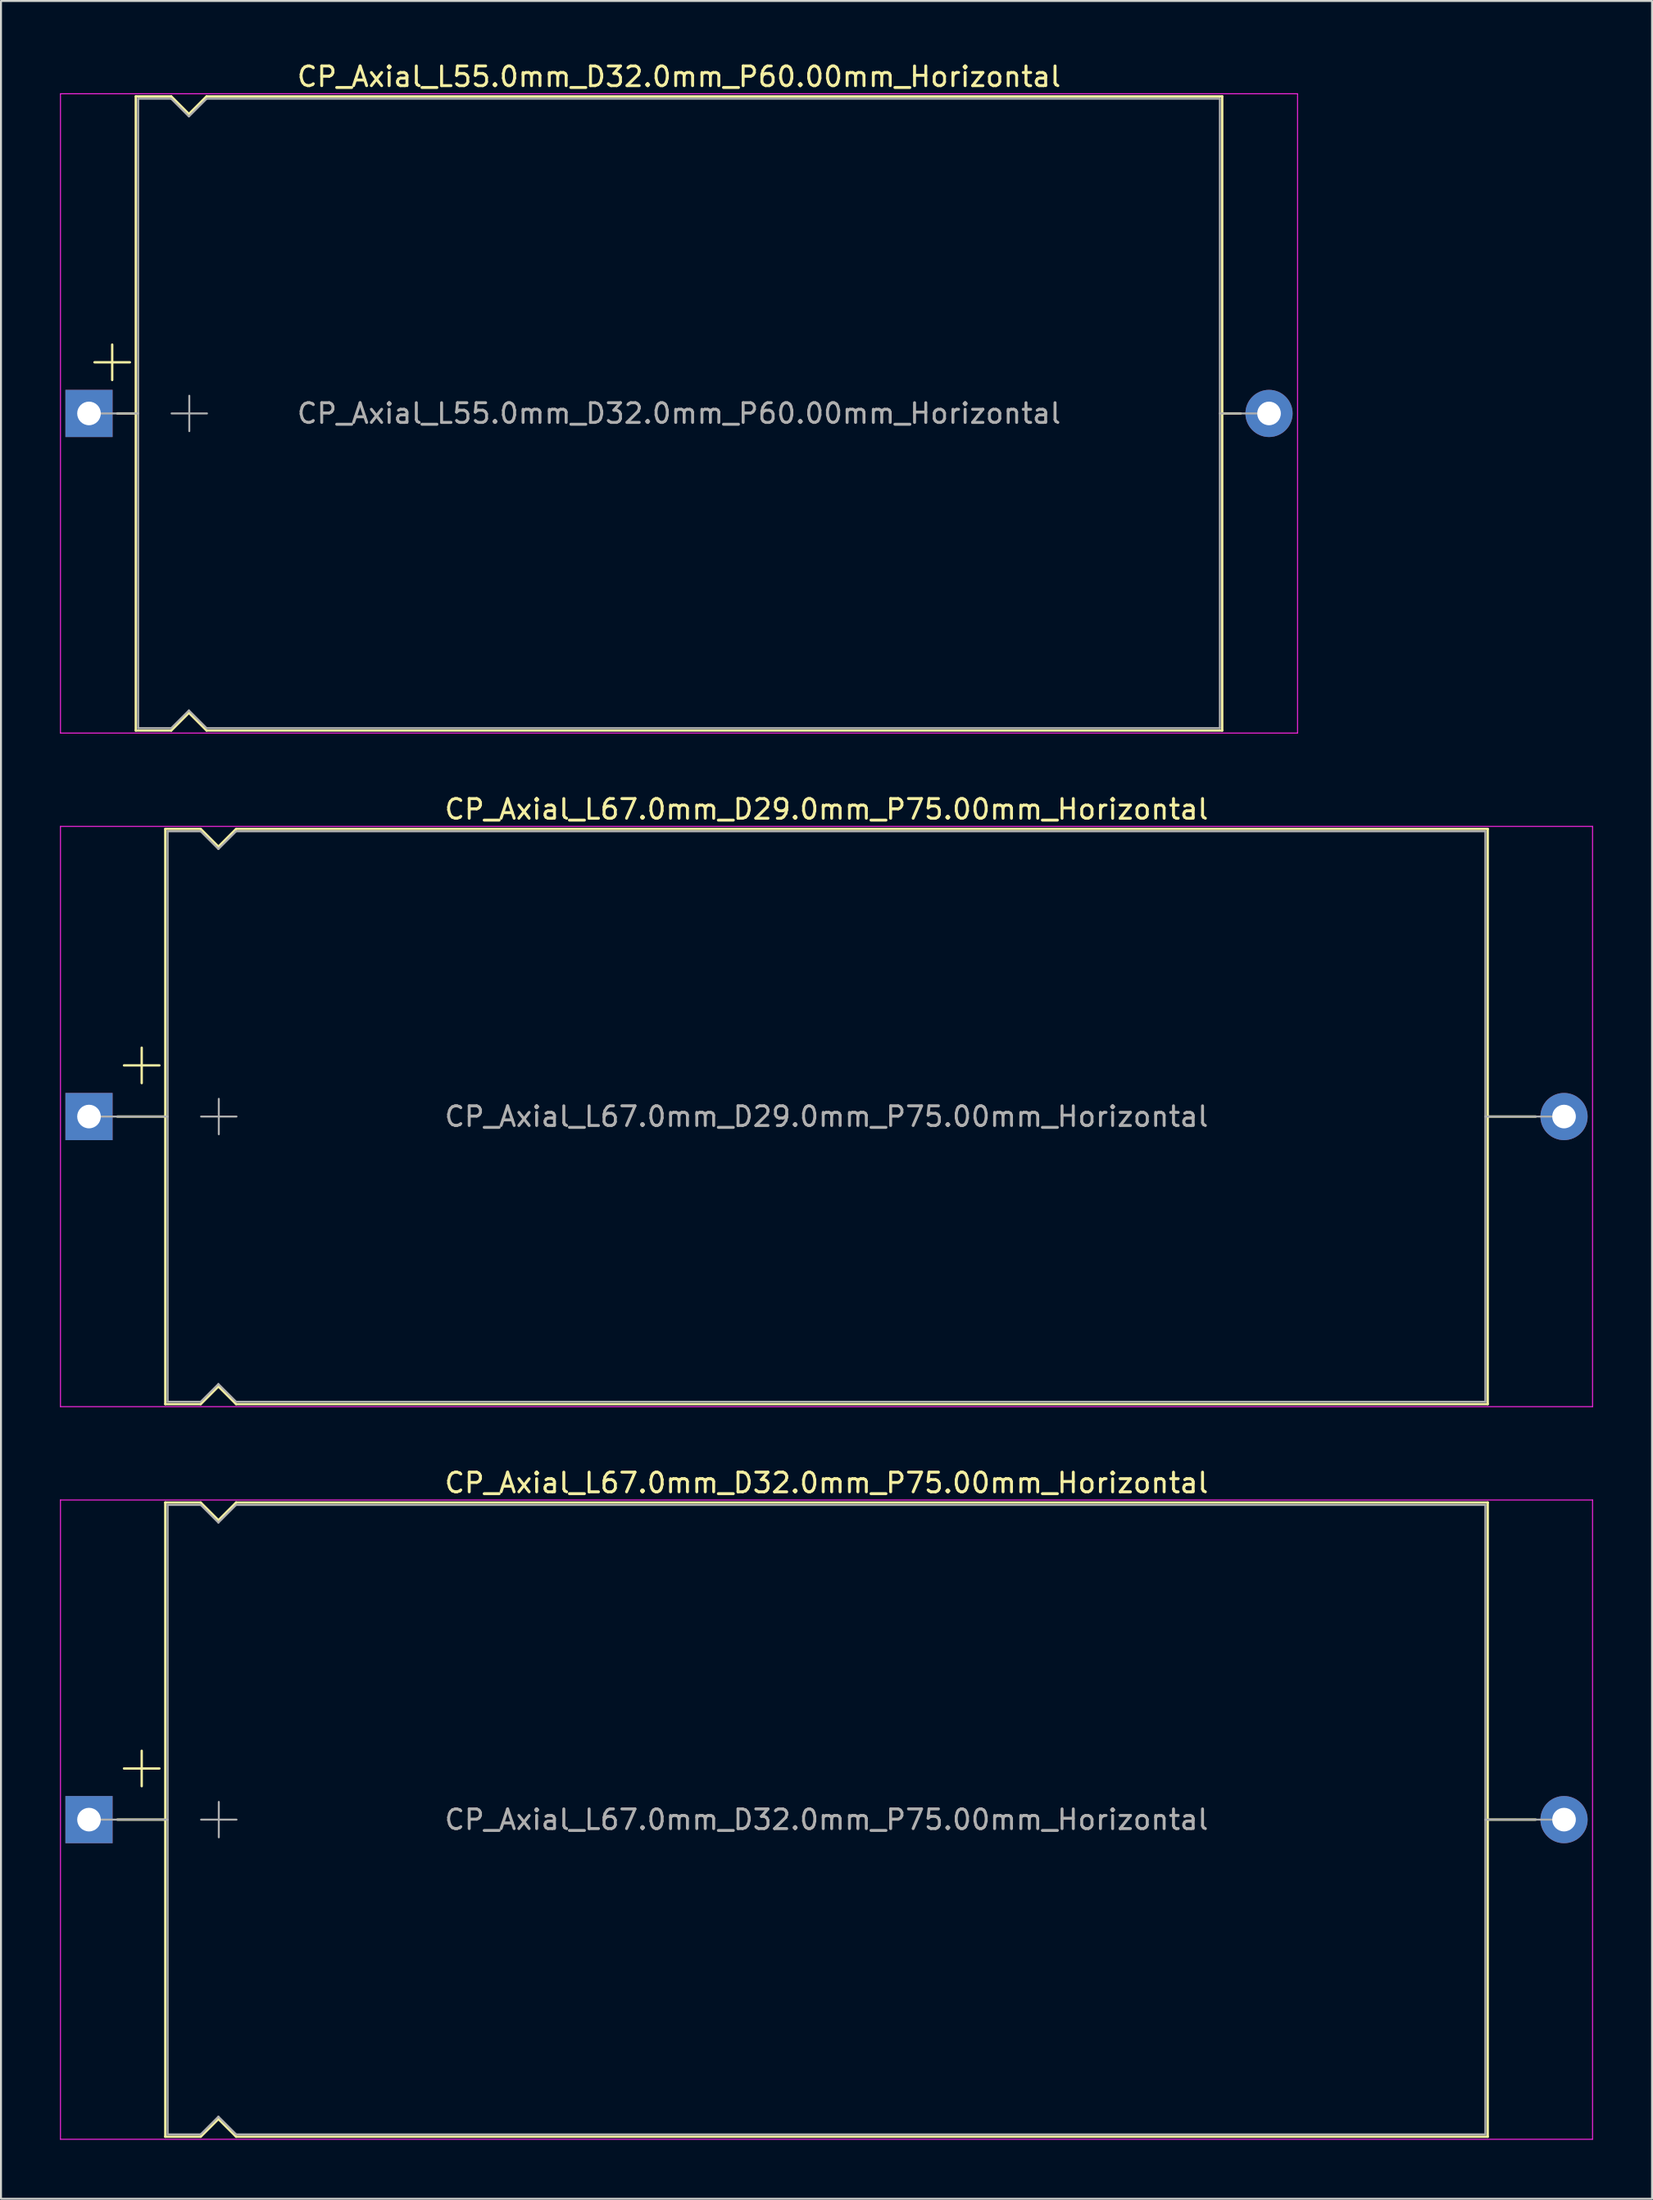
<source format=kicad_pcb>
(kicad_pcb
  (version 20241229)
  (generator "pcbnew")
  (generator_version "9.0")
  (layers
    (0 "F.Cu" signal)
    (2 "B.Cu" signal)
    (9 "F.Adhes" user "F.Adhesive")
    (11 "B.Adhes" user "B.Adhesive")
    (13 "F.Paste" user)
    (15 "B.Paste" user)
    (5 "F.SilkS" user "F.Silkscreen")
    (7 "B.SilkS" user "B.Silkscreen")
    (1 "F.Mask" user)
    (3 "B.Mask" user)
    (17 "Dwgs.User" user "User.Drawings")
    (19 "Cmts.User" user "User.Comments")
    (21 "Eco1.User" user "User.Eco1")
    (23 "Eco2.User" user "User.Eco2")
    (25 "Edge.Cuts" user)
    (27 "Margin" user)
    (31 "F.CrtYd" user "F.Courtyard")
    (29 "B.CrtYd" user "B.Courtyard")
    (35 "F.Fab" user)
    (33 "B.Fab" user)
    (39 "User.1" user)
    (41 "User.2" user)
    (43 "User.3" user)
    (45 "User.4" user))
  (footprint "CP_Axial_L55.0mm_D32.0mm_P60.00mm_Horizontal"
    (layer "F.Cu")
    (at 1.475 17.968)
    (property "Reference" "CP_Axial_L55.0mm_D32.0mm_P60.00mm_Horizontal" (at 30 -17.12 0) (layer "F.SilkS") (effects (font (size 1 1) (thickness 0.15))))
    (attr through_hole)
    (fp_line (start 0.28 -2.6) (end 2.08 -2.6) (stroke (width 0.12) (type solid)) (layer "F.SilkS"))
    (fp_line (start 1.18 -3.5) (end 1.18 -1.7) (stroke (width 0.12) (type solid)) (layer "F.SilkS"))
    (fp_line (start 1.44 0) (end 2.38 0) (stroke (width 0.12) (type solid)) (layer "F.SilkS"))
    (fp_line (start 2.38 -16.12) (end 2.38 16.12) (stroke (width 0.12) (type solid)) (layer "F.SilkS"))
    (fp_line (start 2.38 -16.12) (end 4.18 -16.12) (stroke (width 0.12) (type solid)) (layer "F.SilkS"))
    (fp_line (start 2.38 16.12) (end 4.18 16.12) (stroke (width 0.12) (type solid)) (layer "F.SilkS"))
    (fp_line (start 4.18 -16.12) (end 5.08 -15.22) (stroke (width 0.12) (type solid)) (layer "F.SilkS"))
    (fp_line (start 4.18 16.12) (end 5.08 15.22) (stroke (width 0.12) (type solid)) (layer "F.SilkS"))
    (fp_line (start 5.08 -15.22) (end 5.98 -16.12) (stroke (width 0.12) (type solid)) (layer "F.SilkS"))
    (fp_line (start 5.08 15.22) (end 5.98 16.12) (stroke (width 0.12) (type solid)) (layer "F.SilkS"))
    (fp_line (start 5.98 -16.12) (end 57.62 -16.12) (stroke (width 0.12) (type solid)) (layer "F.SilkS"))
    (fp_line (start 5.98 16.12) (end 57.62 16.12) (stroke (width 0.12) (type solid)) (layer "F.SilkS"))
    (fp_line (start 57.62 -16.12) (end 57.62 16.12) (stroke (width 0.12) (type solid)) (layer "F.SilkS"))
    (fp_line (start 58.56 0) (end 57.62 0) (stroke (width 0.12) (type solid)) (layer "F.SilkS"))
    (fp_line (start -1.45 -16.25) (end -1.45 16.25) (stroke (width 0.05) (type solid)) (layer "F.CrtYd"))
    (fp_line (start -1.45 16.25) (end 61.45 16.25) (stroke (width 0.05) (type solid)) (layer "F.CrtYd"))
    (fp_line (start 61.45 -16.25) (end -1.45 -16.25) (stroke (width 0.05) (type solid)) (layer "F.CrtYd"))
    (fp_line (start 61.45 16.25) (end 61.45 -16.25) (stroke (width 0.05) (type solid)) (layer "F.CrtYd"))
    (fp_line (start 0 0) (end 2.5 0) (stroke (width 0.1) (type solid)) (layer "F.Fab"))
    (fp_line (start 2.5 -16) (end 2.5 16) (stroke (width 0.1) (type solid)) (layer "F.Fab"))
    (fp_line (start 2.5 -16) (end 4.18 -16) (stroke (width 0.1) (type solid)) (layer "F.Fab"))
    (fp_line (start 2.5 16) (end 4.18 16) (stroke (width 0.1) (type solid)) (layer "F.Fab"))
    (fp_line (start 4.18 -16) (end 5.08 -15.1) (stroke (width 0.1) (type solid)) (layer "F.Fab"))
    (fp_line (start 4.18 16) (end 5.08 15.1) (stroke (width 0.1) (type solid)) (layer "F.Fab"))
    (fp_line (start 4.2 0) (end 6 0) (stroke (width 0.1) (type solid)) (layer "F.Fab"))
    (fp_line (start 5.08 -15.1) (end 5.98 -16) (stroke (width 0.1) (type solid)) (layer "F.Fab"))
    (fp_line (start 5.08 15.1) (end 5.98 16) (stroke (width 0.1) (type solid)) (layer "F.Fab"))
    (fp_line (start 5.1 -0.9) (end 5.1 0.9) (stroke (width 0.1) (type solid)) (layer "F.Fab"))
    (fp_line (start 5.98 -16) (end 57.5 -16) (stroke (width 0.1) (type solid)) (layer "F.Fab"))
    (fp_line (start 5.98 16) (end 57.5 16) (stroke (width 0.1) (type solid)) (layer "F.Fab"))
    (fp_line (start 57.5 -16) (end 57.5 16) (stroke (width 0.1) (type solid)) (layer "F.Fab"))
    (fp_line (start 60 0) (end 57.5 0) (stroke (width 0.1) (type solid)) (layer "F.Fab"))
    (fp_text user "${REFERENCE}" (at 30 0 0) (layer "F.Fab") (effects (font (size 1 1) (thickness 0.15))))
    (pad "1" thru_hole rect (at 0 0) (size 2.4 2.4) (drill 1.2) (layers "*.Cu" "*.Mask"))
    (pad "2" thru_hole oval (at 60 0) (size 2.4 2.4) (drill 1.2) (layers "*.Cu" "*.Mask")))
  (footprint "CP_Axial_L67.0mm_D32.0mm_P75.00mm_Horizontal"
    (layer "F.Cu")
    (at 1.475 89.455)
    (property "Reference" "CP_Axial_L67.0mm_D32.0mm_P75.00mm_Horizontal" (at 37.5 -17.12 0) (layer "F.SilkS") (effects (font (size 1 1) (thickness 0.15))))
    (attr through_hole)
    (fp_line (start 1.44 0) (end 3.88 0) (stroke (width 0.12) (type solid)) (layer "F.SilkS"))
    (fp_line (start 1.78 -2.6) (end 3.58 -2.6) (stroke (width 0.12) (type solid)) (layer "F.SilkS"))
    (fp_line (start 2.68 -3.5) (end 2.68 -1.7) (stroke (width 0.12) (type solid)) (layer "F.SilkS"))
    (fp_line (start 3.88 -16.12) (end 3.88 16.12) (stroke (width 0.12) (type solid)) (layer "F.SilkS"))
    (fp_line (start 3.88 -16.12) (end 5.68 -16.12) (stroke (width 0.12) (type solid)) (layer "F.SilkS"))
    (fp_line (start 3.88 16.12) (end 5.68 16.12) (stroke (width 0.12) (type solid)) (layer "F.SilkS"))
    (fp_line (start 5.68 -16.12) (end 6.58 -15.22) (stroke (width 0.12) (type solid)) (layer "F.SilkS"))
    (fp_line (start 5.68 16.12) (end 6.58 15.22) (stroke (width 0.12) (type solid)) (layer "F.SilkS"))
    (fp_line (start 6.58 -15.22) (end 7.48 -16.12) (stroke (width 0.12) (type solid)) (layer "F.SilkS"))
    (fp_line (start 6.58 15.22) (end 7.48 16.12) (stroke (width 0.12) (type solid)) (layer "F.SilkS"))
    (fp_line (start 7.48 -16.12) (end 71.12 -16.12) (stroke (width 0.12) (type solid)) (layer "F.SilkS"))
    (fp_line (start 7.48 16.12) (end 71.12 16.12) (stroke (width 0.12) (type solid)) (layer "F.SilkS"))
    (fp_line (start 71.12 -16.12) (end 71.12 16.12) (stroke (width 0.12) (type solid)) (layer "F.SilkS"))
    (fp_line (start 73.56 0) (end 71.12 0) (stroke (width 0.12) (type solid)) (layer "F.SilkS"))
    (fp_line (start -1.45 -16.25) (end -1.45 16.25) (stroke (width 0.05) (type solid)) (layer "F.CrtYd"))
    (fp_line (start -1.45 16.25) (end 76.45 16.25) (stroke (width 0.05) (type solid)) (layer "F.CrtYd"))
    (fp_line (start 76.45 -16.25) (end -1.45 -16.25) (stroke (width 0.05) (type solid)) (layer "F.CrtYd"))
    (fp_line (start 76.45 16.25) (end 76.45 -16.25) (stroke (width 0.05) (type solid)) (layer "F.CrtYd"))
    (fp_line (start 0 0) (end 4 0) (stroke (width 0.1) (type solid)) (layer "F.Fab"))
    (fp_line (start 4 -16) (end 4 16) (stroke (width 0.1) (type solid)) (layer "F.Fab"))
    (fp_line (start 4 -16) (end 5.68 -16) (stroke (width 0.1) (type solid)) (layer "F.Fab"))
    (fp_line (start 4 16) (end 5.68 16) (stroke (width 0.1) (type solid)) (layer "F.Fab"))
    (fp_line (start 5.68 -16) (end 6.58 -15.1) (stroke (width 0.1) (type solid)) (layer "F.Fab"))
    (fp_line (start 5.68 16) (end 6.58 15.1) (stroke (width 0.1) (type solid)) (layer "F.Fab"))
    (fp_line (start 5.7 0) (end 7.5 0) (stroke (width 0.1) (type solid)) (layer "F.Fab"))
    (fp_line (start 6.58 -15.1) (end 7.48 -16) (stroke (width 0.1) (type solid)) (layer "F.Fab"))
    (fp_line (start 6.58 15.1) (end 7.48 16) (stroke (width 0.1) (type solid)) (layer "F.Fab"))
    (fp_line (start 6.6 -0.9) (end 6.6 0.9) (stroke (width 0.1) (type solid)) (layer "F.Fab"))
    (fp_line (start 7.48 -16) (end 71 -16) (stroke (width 0.1) (type solid)) (layer "F.Fab"))
    (fp_line (start 7.48 16) (end 71 16) (stroke (width 0.1) (type solid)) (layer "F.Fab"))
    (fp_line (start 71 -16) (end 71 16) (stroke (width 0.1) (type solid)) (layer "F.Fab"))
    (fp_line (start 75 0) (end 71 0) (stroke (width 0.1) (type solid)) (layer "F.Fab"))
    (fp_text user "${REFERENCE}" (at 37.5 0 0) (layer "F.Fab") (effects (font (size 1 1) (thickness 0.15))))
    (pad "1" thru_hole rect (at 0 0) (size 2.4 2.4) (drill 1.2) (layers "*.Cu" "*.Mask"))
    (pad "2" thru_hole oval (at 75 0) (size 2.4 2.4) (drill 1.2) (layers "*.Cu" "*.Mask")))
  (footprint "CP_Axial_L67.0mm_D29.0mm_P75.00mm_Horizontal"
    (layer "F.Cu")
    (at 1.475 53.712)
    (property "Reference" "CP_Axial_L67.0mm_D29.0mm_P75.00mm_Horizontal" (at 37.5 -15.62 0) (layer "F.SilkS") (effects (font (size 1 1) (thickness 0.15))))
    (attr through_hole)
    (fp_line (start 1.44 0) (end 3.88 0) (stroke (width 0.12) (type solid)) (layer "F.SilkS"))
    (fp_line (start 1.78 -2.6) (end 3.58 -2.6) (stroke (width 0.12) (type solid)) (layer "F.SilkS"))
    (fp_line (start 2.68 -3.5) (end 2.68 -1.7) (stroke (width 0.12) (type solid)) (layer "F.SilkS"))
    (fp_line (start 3.88 -14.62) (end 3.88 14.62) (stroke (width 0.12) (type solid)) (layer "F.SilkS"))
    (fp_line (start 3.88 -14.62) (end 5.68 -14.62) (stroke (width 0.12) (type solid)) (layer "F.SilkS"))
    (fp_line (start 3.88 14.62) (end 5.68 14.62) (stroke (width 0.12) (type solid)) (layer "F.SilkS"))
    (fp_line (start 5.68 -14.62) (end 6.58 -13.72) (stroke (width 0.12) (type solid)) (layer "F.SilkS"))
    (fp_line (start 5.68 14.62) (end 6.58 13.72) (stroke (width 0.12) (type solid)) (layer "F.SilkS"))
    (fp_line (start 6.58 -13.72) (end 7.48 -14.62) (stroke (width 0.12) (type solid)) (layer "F.SilkS"))
    (fp_line (start 6.58 13.72) (end 7.48 14.62) (stroke (width 0.12) (type solid)) (layer "F.SilkS"))
    (fp_line (start 7.48 -14.62) (end 71.12 -14.62) (stroke (width 0.12) (type solid)) (layer "F.SilkS"))
    (fp_line (start 7.48 14.62) (end 71.12 14.62) (stroke (width 0.12) (type solid)) (layer "F.SilkS"))
    (fp_line (start 71.12 -14.62) (end 71.12 14.62) (stroke (width 0.12) (type solid)) (layer "F.SilkS"))
    (fp_line (start 73.56 0) (end 71.12 0) (stroke (width 0.12) (type solid)) (layer "F.SilkS"))
    (fp_line (start -1.45 -14.75) (end -1.45 14.75) (stroke (width 0.05) (type solid)) (layer "F.CrtYd"))
    (fp_line (start -1.45 14.75) (end 76.45 14.75) (stroke (width 0.05) (type solid)) (layer "F.CrtYd"))
    (fp_line (start 76.45 -14.75) (end -1.45 -14.75) (stroke (width 0.05) (type solid)) (layer "F.CrtYd"))
    (fp_line (start 76.45 14.75) (end 76.45 -14.75) (stroke (width 0.05) (type solid)) (layer "F.CrtYd"))
    (fp_line (start 0 0) (end 4 0) (stroke (width 0.1) (type solid)) (layer "F.Fab"))
    (fp_line (start 4 -14.5) (end 4 14.5) (stroke (width 0.1) (type solid)) (layer "F.Fab"))
    (fp_line (start 4 -14.5) (end 5.68 -14.5) (stroke (width 0.1) (type solid)) (layer "F.Fab"))
    (fp_line (start 4 14.5) (end 5.68 14.5) (stroke (width 0.1) (type solid)) (layer "F.Fab"))
    (fp_line (start 5.68 -14.5) (end 6.58 -13.6) (stroke (width 0.1) (type solid)) (layer "F.Fab"))
    (fp_line (start 5.68 14.5) (end 6.58 13.6) (stroke (width 0.1) (type solid)) (layer "F.Fab"))
    (fp_line (start 5.7 0) (end 7.5 0) (stroke (width 0.1) (type solid)) (layer "F.Fab"))
    (fp_line (start 6.58 -13.6) (end 7.48 -14.5) (stroke (width 0.1) (type solid)) (layer "F.Fab"))
    (fp_line (start 6.58 13.6) (end 7.48 14.5) (stroke (width 0.1) (type solid)) (layer "F.Fab"))
    (fp_line (start 6.6 -0.9) (end 6.6 0.9) (stroke (width 0.1) (type solid)) (layer "F.Fab"))
    (fp_line (start 7.48 -14.5) (end 71 -14.5) (stroke (width 0.1) (type solid)) (layer "F.Fab"))
    (fp_line (start 7.48 14.5) (end 71 14.5) (stroke (width 0.1) (type solid)) (layer "F.Fab"))
    (fp_line (start 71 -14.5) (end 71 14.5) (stroke (width 0.1) (type solid)) (layer "F.Fab"))
    (fp_line (start 75 0) (end 71 0) (stroke (width 0.1) (type solid)) (layer "F.Fab"))
    (fp_text user "${REFERENCE}" (at 37.5 0 0) (layer "F.Fab") (effects (font (size 1 1) (thickness 0.15))))
    (pad "1" thru_hole rect (at 0 0) (size 2.4 2.4) (drill 1.2) (layers "*.Cu" "*.Mask"))
    (pad "2" thru_hole oval (at 75 0) (size 2.4 2.4) (drill 1.2) (layers "*.Cu" "*.Mask")))
  (gr_rect
    (start -3 -3)
    (end 80.95 108.73)
    (stroke (width 0.1) (type default))
    (fill no)
    (layer "Edge.Cuts")))
</source>
